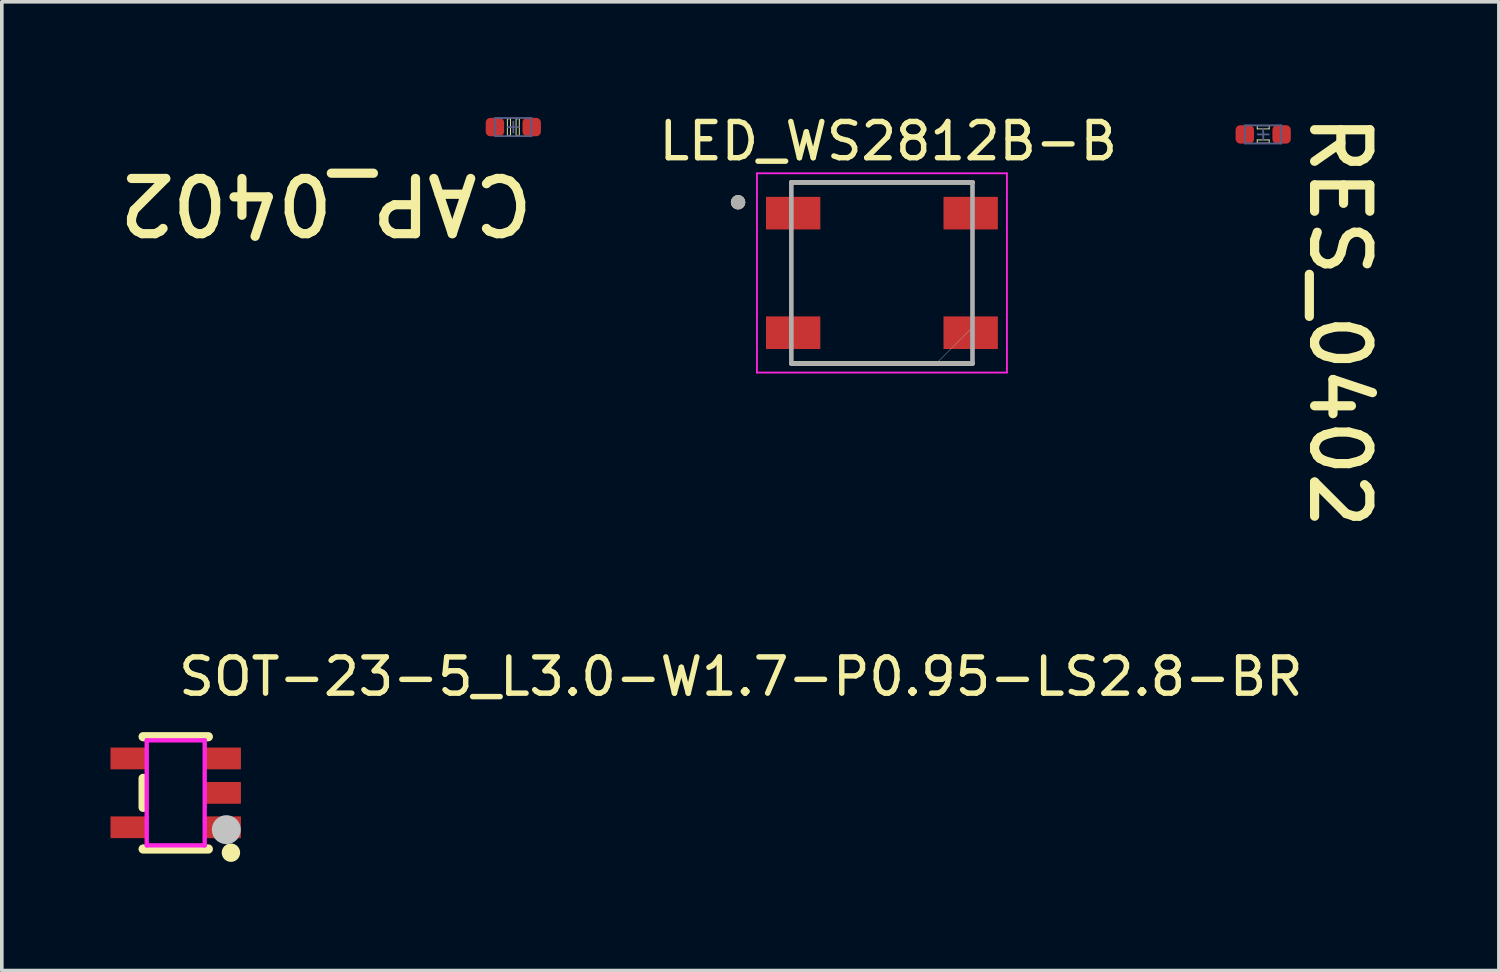
<source format=kicad_pcb>
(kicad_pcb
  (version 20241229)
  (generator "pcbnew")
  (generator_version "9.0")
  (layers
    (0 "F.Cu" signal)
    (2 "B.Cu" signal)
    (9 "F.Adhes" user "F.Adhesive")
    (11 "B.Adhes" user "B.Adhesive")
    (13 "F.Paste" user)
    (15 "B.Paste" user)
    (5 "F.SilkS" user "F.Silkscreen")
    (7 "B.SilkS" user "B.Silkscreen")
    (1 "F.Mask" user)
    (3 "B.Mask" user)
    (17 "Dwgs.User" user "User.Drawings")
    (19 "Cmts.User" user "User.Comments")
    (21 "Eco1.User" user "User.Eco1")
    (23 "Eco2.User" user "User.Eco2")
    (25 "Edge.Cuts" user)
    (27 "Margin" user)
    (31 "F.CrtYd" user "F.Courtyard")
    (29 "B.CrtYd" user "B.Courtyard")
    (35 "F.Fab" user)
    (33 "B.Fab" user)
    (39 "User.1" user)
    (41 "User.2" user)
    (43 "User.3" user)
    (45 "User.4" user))
  (footprint "SOT-23-5_L3.0-W1.7-P0.95-LS2.8-BR"
    (layer "F.Cu")
    (at 1.8 18.834)
    (property "Reference" "SOT-23-5_L3.0-W1.7-P0.95-LS2.8-BR" (at 0 -3.207 0) (layer "F.SilkS") (effects (font (size 1 1) (thickness 0.15)) (justify left)))
    (attr through_hole)
    (fp_line (start -0.9 -1.55) (end 0.9 -1.55) (stroke (width 0.254) (type solid)) (layer "F.SilkS"))
    (fp_line (start -0.9 0.4) (end -0.9 -0.4) (stroke (width 0.254) (type solid)) (layer "F.SilkS"))
    (fp_line (start -0.9 1.55) (end 0.9 1.55) (stroke (width 0.254) (type solid)) (layer "F.SilkS"))
    (fp_circle (center 1.524 1.651) (end 1.651 1.651) (stroke (width 0.254) (type solid)) (fill no) (layer "F.SilkS"))
    (fp_circle (center 1.397 1.016) (end 1.597 1.016) (stroke (width 0.4) (type solid)) (fill no) (layer "Dwgs.User"))
    (fp_line (start -0.96 -1.15) (end -0.79 -1.15) (stroke (width 0.12) (type solid)) (layer "Eco2.User"))
    (fp_line (start -0.96 -0.75) (end -0.96 -1.15) (stroke (width 0.12) (type solid)) (layer "Eco2.User"))
    (fp_line (start -0.96 0.75) (end -0.79 0.75) (stroke (width 0.12) (type solid)) (layer "Eco2.User"))
    (fp_line (start -0.96 1.15) (end -0.96 0.75) (stroke (width 0.12) (type solid)) (layer "Eco2.User"))
    (fp_line (start -0.79 -1.15) (end -0.79 -0.75) (stroke (width 0.12) (type solid)) (layer "Eco2.User"))
    (fp_line (start -0.79 -0.75) (end -0.96 -0.75) (stroke (width 0.12) (type solid)) (layer "Eco2.User"))
    (fp_line (start -0.79 0.75) (end -0.79 1.15) (stroke (width 0.12) (type solid)) (layer "Eco2.User"))
    (fp_line (start -0.79 1.15) (end -0.96 1.15) (stroke (width 0.12) (type solid)) (layer "Eco2.User"))
    (fp_line (start 0.79 -1.15) (end 0.96 -1.15) (stroke (width 0.12) (type solid)) (layer "Eco2.User"))
    (fp_line (start 0.79 -0.75) (end 0.79 -1.15) (stroke (width 0.12) (type solid)) (layer "Eco2.User"))
    (fp_line (start 0.79 -0.2) (end 0.96 -0.2) (stroke (width 0.12) (type solid)) (layer "Eco2.User"))
    (fp_line (start 0.79 0.2) (end 0.79 -0.2) (stroke (width 0.12) (type solid)) (layer "Eco2.User"))
    (fp_line (start 0.79 0.75) (end 0.96 0.75) (stroke (width 0.12) (type solid)) (layer "Eco2.User"))
    (fp_line (start 0.79 1.15) (end 0.79 0.75) (stroke (width 0.12) (type solid)) (layer "Eco2.User"))
    (fp_line (start 0.96 -1.15) (end 0.96 -0.75) (stroke (width 0.12) (type solid)) (layer "Eco2.User"))
    (fp_line (start 0.96 -0.75) (end 0.79 -0.75) (stroke (width 0.12) (type solid)) (layer "Eco2.User"))
    (fp_line (start 0.96 -0.2) (end 0.96 0.2) (stroke (width 0.12) (type solid)) (layer "Eco2.User"))
    (fp_line (start 0.96 0.2) (end 0.79 0.2) (stroke (width 0.12) (type solid)) (layer "Eco2.User"))
    (fp_line (start 0.96 0.75) (end 0.96 1.15) (stroke (width 0.12) (type solid)) (layer "Eco2.User"))
    (fp_line (start 0.96 1.15) (end 0.79 1.15) (stroke (width 0.12) (type solid)) (layer "Eco2.User"))
    (fp_circle (center 1.4 1.45) (end 1.43 1.45) (stroke (width 0.06) (type solid)) (fill no) (layer "Eco2.User"))
    (fp_poly (pts (xy -1.4 -0.75) (xy -1.4 -1.15) (xy -0.95 -1.15) (xy -0.95 -0.75)) (stroke (width 0.12) (type solid)) (fill no) (layer "Eco2.User"))
    (fp_poly (pts (xy -1.4 1.15) (xy -1.4 0.75) (xy -0.95 0.75) (xy -0.95 1.15)) (stroke (width 0.12) (type solid)) (fill no) (layer "Eco2.User"))
    (fp_poly (pts (xy 0.95 -0.75) (xy 0.95 -1.15) (xy 1.4 -1.15) (xy 1.4 -0.75)) (stroke (width 0.12) (type solid)) (fill no) (layer "Eco2.User"))
    (fp_poly (pts (xy 0.95 0.2) (xy 0.95 -0.2) (xy 1.4 -0.2) (xy 1.4 0.2)) (stroke (width 0.12) (type solid)) (fill no) (layer "Eco2.User"))
    (fp_poly (pts (xy 0.95 1.15) (xy 0.95 0.75) (xy 1.4 0.75) (xy 1.4 1.15)) (stroke (width 0.12) (type solid)) (fill no) (layer "Eco2.User"))
    (fp_line (start -0.8 -1.45) (end 0.8 -1.45) (stroke (width 0.12) (type solid)) (layer "F.CrtYd"))
    (fp_line (start -0.8 1.45) (end -0.8 -1.45) (stroke (width 0.12) (type solid)) (layer "F.CrtYd"))
    (fp_line (start 0.8 -1.45) (end 0.8 1.45) (stroke (width 0.12) (type solid)) (layer "F.CrtYd"))
    (fp_line (start 0.8 1.45) (end -0.8 1.45) (stroke (width 0.12) (type solid)) (layer "F.CrtYd"))
    (pad "1" smd rect (at 1.3 0.95) (size 1 0.6) (layers "F.Cu" "F.Mask" "F.Paste"))
    (pad "2" smd rect (at 1.3 0) (size 1 0.6) (layers "F.Cu" "F.Mask" "F.Paste"))
    (pad "3" smd rect (at 1.3 -0.95) (size 1 0.6) (layers "F.Cu" "F.Mask" "F.Paste"))
    (pad "4" smd rect (at -1.3 -0.95) (size 1 0.6) (layers "F.Cu" "F.Mask" "F.Paste"))
    (pad "5" smd rect (at -1.3 0.95) (size 1 0.6) (layers "F.Cu" "F.Mask" "F.Paste")))
  (footprint "LED_WS2812B-B"
    (layer "F.Cu")
    (at 21.292 4.483)
    (property "Reference" "LED_WS2812B-B" (at 0.175 -3.635 0) (layer "F.SilkS") (effects (font (size 1 1) (thickness 0.15))))
    (attr through_hole)
    (fp_line (start 2.5 -2.5) (end -2.5 -2.5) (stroke (width 0.127) (type solid)) (layer "F.SilkS"))
    (fp_line (start 2.5 2.5) (end -2.5 2.5) (stroke (width 0.127) (type solid)) (layer "F.SilkS"))
    (fp_circle (center -3.97 -1.95) (end -3.87 -1.95) (stroke (width 0.2) (type solid)) (fill no) (layer "F.SilkS"))
    (fp_line (start -3.45 -2.75) (end 3.45 -2.75) (stroke (width 0.05) (type solid)) (layer "F.CrtYd"))
    (fp_line (start -3.45 2.75) (end -3.45 -2.75) (stroke (width 0.05) (type solid)) (layer "F.CrtYd"))
    (fp_line (start 3.45 -2.75) (end 3.45 2.75) (stroke (width 0.05) (type solid)) (layer "F.CrtYd"))
    (fp_line (start 3.45 2.75) (end -3.45 2.75) (stroke (width 0.05) (type solid)) (layer "F.CrtYd"))
    (fp_line (start -2.5 -2.5) (end 2.5 -2.5) (stroke (width 0.127) (type solid)) (layer "F.Fab"))
    (fp_line (start -2.5 2.5) (end -2.5 -2.5) (stroke (width 0.127) (type solid)) (layer "F.Fab"))
    (fp_line (start 2.5 -2.5) (end 2.5 2.5) (stroke (width 0.127) (type solid)) (layer "F.Fab"))
    (fp_line (start 2.5 2.5) (end -2.5 2.5) (stroke (width 0.127) (type solid)) (layer "F.Fab"))
    (fp_circle (center -3.97 -1.95) (end -3.87 -1.95) (stroke (width 0.2) (type solid)) (fill no) (layer "F.Fab"))
    (fp_poly (pts (xy 2.5 2.5) (xy 1.5 2.5) (xy 2.5 1.5)) (stroke (width 0.01) (type solid)) (fill no) (layer "F.Fab"))
    (pad "1" smd rect (at -2.45 -1.65) (size 1.5 0.9) (layers "F.Cu" "F.Mask" "F.Paste"))
    (pad "2" smd rect (at -2.45 1.65) (size 1.5 0.9) (layers "F.Cu" "F.Mask" "F.Paste"))
    (pad "3" smd rect (at 2.45 1.65 180) (size 1.5 0.9) (layers "F.Cu" "F.Mask" "F.Paste"))
    (pad "4" smd rect (at 2.45 -1.65 180) (size 1.5 0.9) (layers "F.Cu" "F.Mask" "F.Paste")))
  (footprint "RES_0402"
    (layer "F.Cu")
    (at 31.816 0.66)
    (property "Reference" "RES_0402" (at 1.219 -0.66 270) (unlocked yes) (layer "F.SilkS") (effects (font (size 1.524 1.524) (thickness 0.254)) (justify left bottom)))
    (fp_line (start -0.165 -0.241) (end -0.165 -0.152) (stroke (width 0.025) (type solid)) (layer "F.SilkS"))
    (fp_line (start -0.165 -0.241) (end 0.165 -0.241) (stroke (width 0.025) (type solid)) (layer "F.SilkS"))
    (fp_line (start -0.165 -0.152) (end 0.165 -0.152) (stroke (width 0.025) (type solid)) (layer "F.SilkS"))
    (fp_line (start -0.165 0.241) (end 0.165 0.241) (stroke (width 0.025) (type solid)) (layer "F.SilkS"))
    (fp_line (start -0.165 0.152) (end -0.165 0.241) (stroke (width 0.025) (type solid)) (layer "F.SilkS"))
    (fp_line (start -0.165 0.152) (end 0.165 0.152) (stroke (width 0.025) (type solid)) (layer "F.SilkS"))
    (fp_line (start 0.165 0.152) (end 0.165 0.241) (stroke (width 0.025) (type solid)) (layer "F.SilkS"))
    (fp_line (start 0.165 -0.241) (end 0.165 -0.152) (stroke (width 0.025) (type solid)) (layer "F.SilkS"))
    (fp_line (start -0.889 -0.432) (end -0.889 0.432) (stroke (width 0.051) (type solid)) (layer "Eco1.User"))
    (fp_line (start -0.889 -0.432) (end 0.889 -0.432) (stroke (width 0.051) (type solid)) (layer "Eco1.User"))
    (fp_line (start -0.889 0.432) (end 0.889 0.432) (stroke (width 0.051) (type solid)) (layer "Eco1.User"))
    (fp_line (start 0.889 -0.432) (end 0.889 0.432) (stroke (width 0.051) (type solid)) (layer "Eco1.User"))
    (fp_line (start -0.5 -0.25) (end -0.5 0.25) (stroke (width 0.051) (type solid)) (layer "B.Fab"))
    (fp_line (start -0.5 -0.25) (end 0.5 -0.25) (stroke (width 0.051) (type solid)) (layer "B.Fab"))
    (fp_line (start -0.5 0.25) (end 0.5 0.25) (stroke (width 0.051) (type solid)) (layer "B.Fab"))
    (fp_line (start -0.152 -0.000082) (end 0.152 -0.000082) (stroke (width 0.051) (type solid)) (layer "B.Fab"))
    (fp_line (start 0 -0.152) (end 0 0.152) (stroke (width 0.051) (type solid)) (layer "B.Fab"))
    (fp_line (start 0.5 -0.25) (end 0.5 0.25) (stroke (width 0.051) (type solid)) (layer "B.Fab"))
    (pad "1" smd roundrect (at -0.508 0 90) (size 0.508 0.508) (layers "F.Cu" "F.Mask" "F.Paste") (roundrect_rratio 0.25))
    (pad "2" smd roundrect (at 0.508 0 90) (size 0.508 0.508) (layers "F.Cu" "F.Mask" "F.Paste") (roundrect_rratio 0.25)))
  (footprint "CAP_0402"
    (layer "F.Cu")
    (at 11.118 0.457)
    (property "Reference" "CAP_0402" (at 0.66 1.219 180) (unlocked yes) (layer "F.SilkS") (effects (font (size 1.524 1.524) (thickness 0.254)) (justify left bottom)))
    (fp_line (start -0.165 -0.229) (end -0.165 0.229) (stroke (width 0.025) (type solid)) (layer "F.SilkS"))
    (fp_line (start -0.076 -0.229) (end -0.165 -0.229) (stroke (width 0.025) (type solid)) (layer "F.SilkS"))
    (fp_line (start -0.076 -0.229) (end -0.076 0.229) (stroke (width 0.025) (type solid)) (layer "F.SilkS"))
    (fp_line (start -0.076 0.229) (end -0.165 0.229) (stroke (width 0.025) (type solid)) (layer "F.SilkS"))
    (fp_line (start 0.076 -0.229) (end 0.076 0.229) (stroke (width 0.025) (type solid)) (layer "F.SilkS"))
    (fp_line (start 0.165 -0.229) (end 0.076 -0.229) (stroke (width 0.025) (type solid)) (layer "F.SilkS"))
    (fp_line (start 0.165 -0.229) (end 0.165 0.229) (stroke (width 0.025) (type solid)) (layer "F.SilkS"))
    (fp_line (start 0.165 0.229) (end 0.076 0.229) (stroke (width 0.025) (type solid)) (layer "F.SilkS"))
    (fp_line (start -0.889 -0.432) (end -0.889 0.432) (stroke (width 0.051) (type solid)) (layer "Eco1.User"))
    (fp_line (start 0.889 -0.432) (end -0.889 -0.432) (stroke (width 0.051) (type solid)) (layer "Eco1.User"))
    (fp_line (start 0.889 -0.432) (end 0.889 0.432) (stroke (width 0.051) (type solid)) (layer "Eco1.User"))
    (fp_line (start 0.889 0.432) (end -0.889 0.432) (stroke (width 0.051) (type solid)) (layer "Eco1.User"))
    (fp_line (start -0.5 -0.25) (end -0.5 0.25) (stroke (width 0.051) (type solid)) (layer "B.Fab"))
    (fp_line (start 0 -0.152) (end 0 0.152) (stroke (width 0.051) (type solid)) (layer "B.Fab"))
    (fp_line (start 0.152 -0.000081) (end -0.152 -0.000081) (stroke (width 0.051) (type solid)) (layer "B.Fab"))
    (fp_line (start 0.5 -0.25) (end 0.5 0.25) (stroke (width 0.051) (type solid)) (layer "B.Fab"))
    (fp_line (start 0.5 -0.25) (end -0.5 -0.25) (stroke (width 0.051) (type solid)) (layer "B.Fab"))
    (fp_line (start 0.5 0.25) (end -0.5 0.25) (stroke (width 0.051) (type solid)) (layer "B.Fab"))
    (pad "1" smd roundrect (at -0.508 0 90) (size 0.508 0.508) (layers "F.Cu" "F.Mask" "F.Paste") (roundrect_rratio 0.25))
    (pad "2" smd roundrect (at 0.508 0 90) (size 0.508 0.508) (layers "F.Cu" "F.Mask" "F.Paste") (roundrect_rratio 0.25)))
  (gr_rect
    (start -3 -3)
    (end 38.321 23.739)
    (stroke (width 0.1) (type default))
    (fill no)
    (layer "Edge.Cuts")))
</source>
